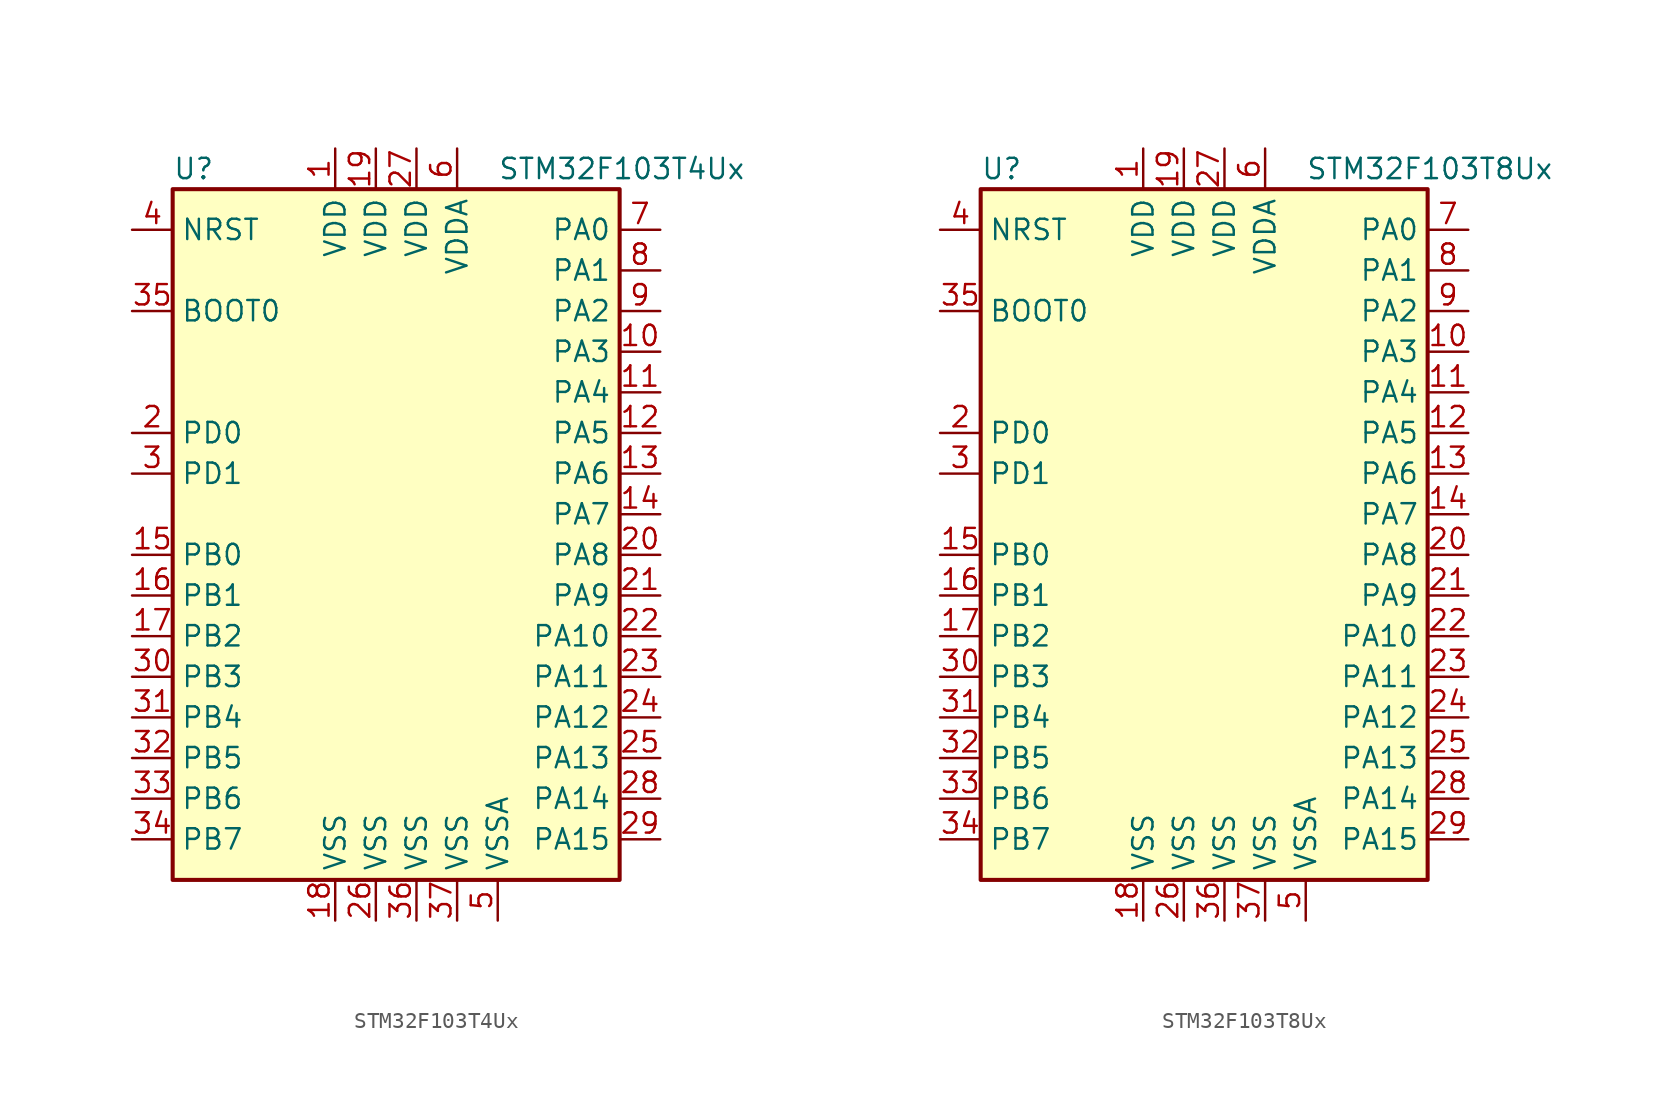
<source format=kicad_sym>
(kicad_symbol_lib
  (version 20211014)
  (generator kicad_symbol_editor)
  (symbol "STM32F103T4Ux"
    (property "Reference" "U"
      (at -15.24 21.59 0)
      (effects (font (size 1.27 1.27)) (justify left)))
    (property "Value" "STM32F103T4Ux"
      (at 5.08 21.59 0)
      (effects (font (size 1.27 1.27)) (justify left)))
    (symbol "STM32F103T4Ux_0_1"
      (rectangle (start -15.24 -22.86) (end 12.7 20.32) (stroke (width 0.254) (type default) (color 0 0 0 0)) (fill (type background))))
    (symbol "STM32F103T4Ux_1_1"
      (pin power_in line (at -5.08 22.86 270) (length 2.54) (name "VDD" (effects (font (size 1.27 1.27)))) (number "1" (effects (font (size 1.27 1.27)))))
      (pin bidirectional line (at 15.24 10.16 180) (length 2.54) (name "PA3" (effects (font (size 1.27 1.27)))) (number "10" (effects (font (size 1.27 1.27)))))
      (pin bidirectional line (at 15.24 7.62 180) (length 2.54) (name "PA4" (effects (font (size 1.27 1.27)))) (number "11" (effects (font (size 1.27 1.27)))))
      (pin bidirectional line (at 15.24 5.08 180) (length 2.54) (name "PA5" (effects (font (size 1.27 1.27)))) (number "12" (effects (font (size 1.27 1.27)))))
      (pin bidirectional line (at 15.24 2.54 180) (length 2.54) (name "PA6" (effects (font (size 1.27 1.27)))) (number "13" (effects (font (size 1.27 1.27)))))
      (pin bidirectional line (at 15.24 0 180) (length 2.54) (name "PA7" (effects (font (size 1.27 1.27)))) (number "14" (effects (font (size 1.27 1.27)))))
      (pin bidirectional line (at -17.78 -2.54 0) (length 2.54) (name "PB0" (effects (font (size 1.27 1.27)))) (number "15" (effects (font (size 1.27 1.27)))))
      (pin bidirectional line (at -17.78 -5.08 0) (length 2.54) (name "PB1" (effects (font (size 1.27 1.27)))) (number "16" (effects (font (size 1.27 1.27)))))
      (pin bidirectional line (at -17.78 -7.62 0) (length 2.54) (name "PB2" (effects (font (size 1.27 1.27)))) (number "17" (effects (font (size 1.27 1.27)))))
      (pin power_in line (at -5.08 -25.4 90) (length 2.54) (name "VSS" (effects (font (size 1.27 1.27)))) (number "18" (effects (font (size 1.27 1.27)))))
      (pin power_in line (at -2.54 22.86 270) (length 2.54) (name "VDD" (effects (font (size 1.27 1.27)))) (number "19" (effects (font (size 1.27 1.27)))))
      (pin input line (at -17.78 5.08 0) (length 2.54) (name "PD0" (effects (font (size 1.27 1.27)))) (number "2" (effects (font (size 1.27 1.27)))))
      (pin bidirectional line (at 15.24 -2.54 180) (length 2.54) (name "PA8" (effects (font (size 1.27 1.27)))) (number "20" (effects (font (size 1.27 1.27)))))
      (pin bidirectional line (at 15.24 -5.08 180) (length 2.54) (name "PA9" (effects (font (size 1.27 1.27)))) (number "21" (effects (font (size 1.27 1.27)))))
      (pin bidirectional line (at 15.24 -7.62 180) (length 2.54) (name "PA10" (effects (font (size 1.27 1.27)))) (number "22" (effects (font (size 1.27 1.27)))))
      (pin bidirectional line (at 15.24 -10.16 180) (length 2.54) (name "PA11" (effects (font (size 1.27 1.27)))) (number "23" (effects (font (size 1.27 1.27)))))
      (pin bidirectional line (at 15.24 -12.7 180) (length 2.54) (name "PA12" (effects (font (size 1.27 1.27)))) (number "24" (effects (font (size 1.27 1.27)))))
      (pin bidirectional line (at 15.24 -15.24 180) (length 2.54) (name "PA13" (effects (font (size 1.27 1.27)))) (number "25" (effects (font (size 1.27 1.27)))))
      (pin power_in line (at -2.54 -25.4 90) (length 2.54) (name "VSS" (effects (font (size 1.27 1.27)))) (number "26" (effects (font (size 1.27 1.27)))))
      (pin power_in line (at 0 22.86 270) (length 2.54) (name "VDD" (effects (font (size 1.27 1.27)))) (number "27" (effects (font (size 1.27 1.27)))))
      (pin bidirectional line (at 15.24 -17.78 180) (length 2.54) (name "PA14" (effects (font (size 1.27 1.27)))) (number "28" (effects (font (size 1.27 1.27)))))
      (pin bidirectional line (at 15.24 -20.32 180) (length 2.54) (name "PA15" (effects (font (size 1.27 1.27)))) (number "29" (effects (font (size 1.27 1.27)))))
      (pin input line (at -17.78 2.54 0) (length 2.54) (name "PD1" (effects (font (size 1.27 1.27)))) (number "3" (effects (font (size 1.27 1.27)))))
      (pin bidirectional line (at -17.78 -10.16 0) (length 2.54) (name "PB3" (effects (font (size 1.27 1.27)))) (number "30" (effects (font (size 1.27 1.27)))))
      (pin bidirectional line (at -17.78 -12.7 0) (length 2.54) (name "PB4" (effects (font (size 1.27 1.27)))) (number "31" (effects (font (size 1.27 1.27)))))
      (pin bidirectional line (at -17.78 -15.24 0) (length 2.54) (name "PB5" (effects (font (size 1.27 1.27)))) (number "32" (effects (font (size 1.27 1.27)))))
      (pin bidirectional line (at -17.78 -17.78 0) (length 2.54) (name "PB6" (effects (font (size 1.27 1.27)))) (number "33" (effects (font (size 1.27 1.27)))))
      (pin bidirectional line (at -17.78 -20.32 0) (length 2.54) (name "PB7" (effects (font (size 1.27 1.27)))) (number "34" (effects (font (size 1.27 1.27)))))
      (pin input line (at -17.78 12.7 0) (length 2.54) (name "BOOT0" (effects (font (size 1.27 1.27)))) (number "35" (effects (font (size 1.27 1.27)))))
      (pin power_in line (at 0 -25.4 90) (length 2.54) (name "VSS" (effects (font (size 1.27 1.27)))) (number "36" (effects (font (size 1.27 1.27)))))
      (pin power_in line (at 2.54 -25.4 90) (length 2.54) (name "VSS" (effects (font (size 1.27 1.27)))) (number "37" (effects (font (size 1.27 1.27)))))
      (pin input line (at -17.78 17.78 0) (length 2.54) (name "NRST" (effects (font (size 1.27 1.27)))) (number "4" (effects (font (size 1.27 1.27)))))
      (pin power_in line (at 5.08 -25.4 90) (length 2.54) (name "VSSA" (effects (font (size 1.27 1.27)))) (number "5" (effects (font (size 1.27 1.27)))))
      (pin power_in line (at 2.54 22.86 270) (length 2.54) (name "VDDA" (effects (font (size 1.27 1.27)))) (number "6" (effects (font (size 1.27 1.27)))))
      (pin bidirectional line (at 15.24 17.78 180) (length 2.54) (name "PA0" (effects (font (size 1.27 1.27)))) (number "7" (effects (font (size 1.27 1.27)))))
      (pin bidirectional line (at 15.24 15.24 180) (length 2.54) (name "PA1" (effects (font (size 1.27 1.27)))) (number "8" (effects (font (size 1.27 1.27)))))
      (pin bidirectional line (at 15.24 12.7 180) (length 2.54) (name "PA2" (effects (font (size 1.27 1.27)))) (number "9" (effects (font (size 1.27 1.27)))))))
  (symbol "STM32F103T8Ux"
    (property "Reference" "U"
      (at -15.24 21.59 0)
      (effects (font (size 1.27 1.27)) (justify left)))
    (property "Value" "STM32F103T8Ux"
      (at 5.08 21.59 0)
      (effects (font (size 1.27 1.27)) (justify left)))
    (symbol "STM32F103T8Ux_0_1"
      (rectangle (start -15.24 -22.86) (end 12.7 20.32) (stroke (width 0.254) (type default) (color 0 0 0 0)) (fill (type background))))
    (symbol "STM32F103T8Ux_1_1"
      (pin power_in line (at -5.08 22.86 270) (length 2.54) (name "VDD" (effects (font (size 1.27 1.27)))) (number "1" (effects (font (size 1.27 1.27)))))
      (pin bidirectional line (at 15.24 10.16 180) (length 2.54) (name "PA3" (effects (font (size 1.27 1.27)))) (number "10" (effects (font (size 1.27 1.27)))))
      (pin bidirectional line (at 15.24 7.62 180) (length 2.54) (name "PA4" (effects (font (size 1.27 1.27)))) (number "11" (effects (font (size 1.27 1.27)))))
      (pin bidirectional line (at 15.24 5.08 180) (length 2.54) (name "PA5" (effects (font (size 1.27 1.27)))) (number "12" (effects (font (size 1.27 1.27)))))
      (pin bidirectional line (at 15.24 2.54 180) (length 2.54) (name "PA6" (effects (font (size 1.27 1.27)))) (number "13" (effects (font (size 1.27 1.27)))))
      (pin bidirectional line (at 15.24 0 180) (length 2.54) (name "PA7" (effects (font (size 1.27 1.27)))) (number "14" (effects (font (size 1.27 1.27)))))
      (pin bidirectional line (at -17.78 -2.54 0) (length 2.54) (name "PB0" (effects (font (size 1.27 1.27)))) (number "15" (effects (font (size 1.27 1.27)))))
      (pin bidirectional line (at -17.78 -5.08 0) (length 2.54) (name "PB1" (effects (font (size 1.27 1.27)))) (number "16" (effects (font (size 1.27 1.27)))))
      (pin bidirectional line (at -17.78 -7.62 0) (length 2.54) (name "PB2" (effects (font (size 1.27 1.27)))) (number "17" (effects (font (size 1.27 1.27)))))
      (pin power_in line (at -5.08 -25.4 90) (length 2.54) (name "VSS" (effects (font (size 1.27 1.27)))) (number "18" (effects (font (size 1.27 1.27)))))
      (pin power_in line (at -2.54 22.86 270) (length 2.54) (name "VDD" (effects (font (size 1.27 1.27)))) (number "19" (effects (font (size 1.27 1.27)))))
      (pin input line (at -17.78 5.08 0) (length 2.54) (name "PD0" (effects (font (size 1.27 1.27)))) (number "2" (effects (font (size 1.27 1.27)))))
      (pin bidirectional line (at 15.24 -2.54 180) (length 2.54) (name "PA8" (effects (font (size 1.27 1.27)))) (number "20" (effects (font (size 1.27 1.27)))))
      (pin bidirectional line (at 15.24 -5.08 180) (length 2.54) (name "PA9" (effects (font (size 1.27 1.27)))) (number "21" (effects (font (size 1.27 1.27)))))
      (pin bidirectional line (at 15.24 -7.62 180) (length 2.54) (name "PA10" (effects (font (size 1.27 1.27)))) (number "22" (effects (font (size 1.27 1.27)))))
      (pin bidirectional line (at 15.24 -10.16 180) (length 2.54) (name "PA11" (effects (font (size 1.27 1.27)))) (number "23" (effects (font (size 1.27 1.27)))))
      (pin bidirectional line (at 15.24 -12.7 180) (length 2.54) (name "PA12" (effects (font (size 1.27 1.27)))) (number "24" (effects (font (size 1.27 1.27)))))
      (pin bidirectional line (at 15.24 -15.24 180) (length 2.54) (name "PA13" (effects (font (size 1.27 1.27)))) (number "25" (effects (font (size 1.27 1.27)))))
      (pin power_in line (at -2.54 -25.4 90) (length 2.54) (name "VSS" (effects (font (size 1.27 1.27)))) (number "26" (effects (font (size 1.27 1.27)))))
      (pin power_in line (at 0 22.86 270) (length 2.54) (name "VDD" (effects (font (size 1.27 1.27)))) (number "27" (effects (font (size 1.27 1.27)))))
      (pin bidirectional line (at 15.24 -17.78 180) (length 2.54) (name "PA14" (effects (font (size 1.27 1.27)))) (number "28" (effects (font (size 1.27 1.27)))))
      (pin bidirectional line (at 15.24 -20.32 180) (length 2.54) (name "PA15" (effects (font (size 1.27 1.27)))) (number "29" (effects (font (size 1.27 1.27)))))
      (pin input line (at -17.78 2.54 0) (length 2.54) (name "PD1" (effects (font (size 1.27 1.27)))) (number "3" (effects (font (size 1.27 1.27)))))
      (pin bidirectional line (at -17.78 -10.16 0) (length 2.54) (name "PB3" (effects (font (size 1.27 1.27)))) (number "30" (effects (font (size 1.27 1.27)))))
      (pin bidirectional line (at -17.78 -12.7 0) (length 2.54) (name "PB4" (effects (font (size 1.27 1.27)))) (number "31" (effects (font (size 1.27 1.27)))))
      (pin bidirectional line (at -17.78 -15.24 0) (length 2.54) (name "PB5" (effects (font (size 1.27 1.27)))) (number "32" (effects (font (size 1.27 1.27)))))
      (pin bidirectional line (at -17.78 -17.78 0) (length 2.54) (name "PB6" (effects (font (size 1.27 1.27)))) (number "33" (effects (font (size 1.27 1.27)))))
      (pin bidirectional line (at -17.78 -20.32 0) (length 2.54) (name "PB7" (effects (font (size 1.27 1.27)))) (number "34" (effects (font (size 1.27 1.27)))))
      (pin input line (at -17.78 12.7 0) (length 2.54) (name "BOOT0" (effects (font (size 1.27 1.27)))) (number "35" (effects (font (size 1.27 1.27)))))
      (pin power_in line (at 0 -25.4 90) (length 2.54) (name "VSS" (effects (font (size 1.27 1.27)))) (number "36" (effects (font (size 1.27 1.27)))))
      (pin power_in line (at 2.54 -25.4 90) (length 2.54) (name "VSS" (effects (font (size 1.27 1.27)))) (number "37" (effects (font (size 1.27 1.27)))))
      (pin input line (at -17.78 17.78 0) (length 2.54) (name "NRST" (effects (font (size 1.27 1.27)))) (number "4" (effects (font (size 1.27 1.27)))))
      (pin power_in line (at 5.08 -25.4 90) (length 2.54) (name "VSSA" (effects (font (size 1.27 1.27)))) (number "5" (effects (font (size 1.27 1.27)))))
      (pin power_in line (at 2.54 22.86 270) (length 2.54) (name "VDDA" (effects (font (size 1.27 1.27)))) (number "6" (effects (font (size 1.27 1.27)))))
      (pin bidirectional line (at 15.24 17.78 180) (length 2.54) (name "PA0" (effects (font (size 1.27 1.27)))) (number "7" (effects (font (size 1.27 1.27)))))
      (pin bidirectional line (at 15.24 15.24 180) (length 2.54) (name "PA1" (effects (font (size 1.27 1.27)))) (number "8" (effects (font (size 1.27 1.27)))))
      (pin bidirectional line (at 15.24 12.7 180) (length 2.54) (name "PA2" (effects (font (size 1.27 1.27)))) (number "9" (effects (font (size 1.27 1.27))))))))
</source>
